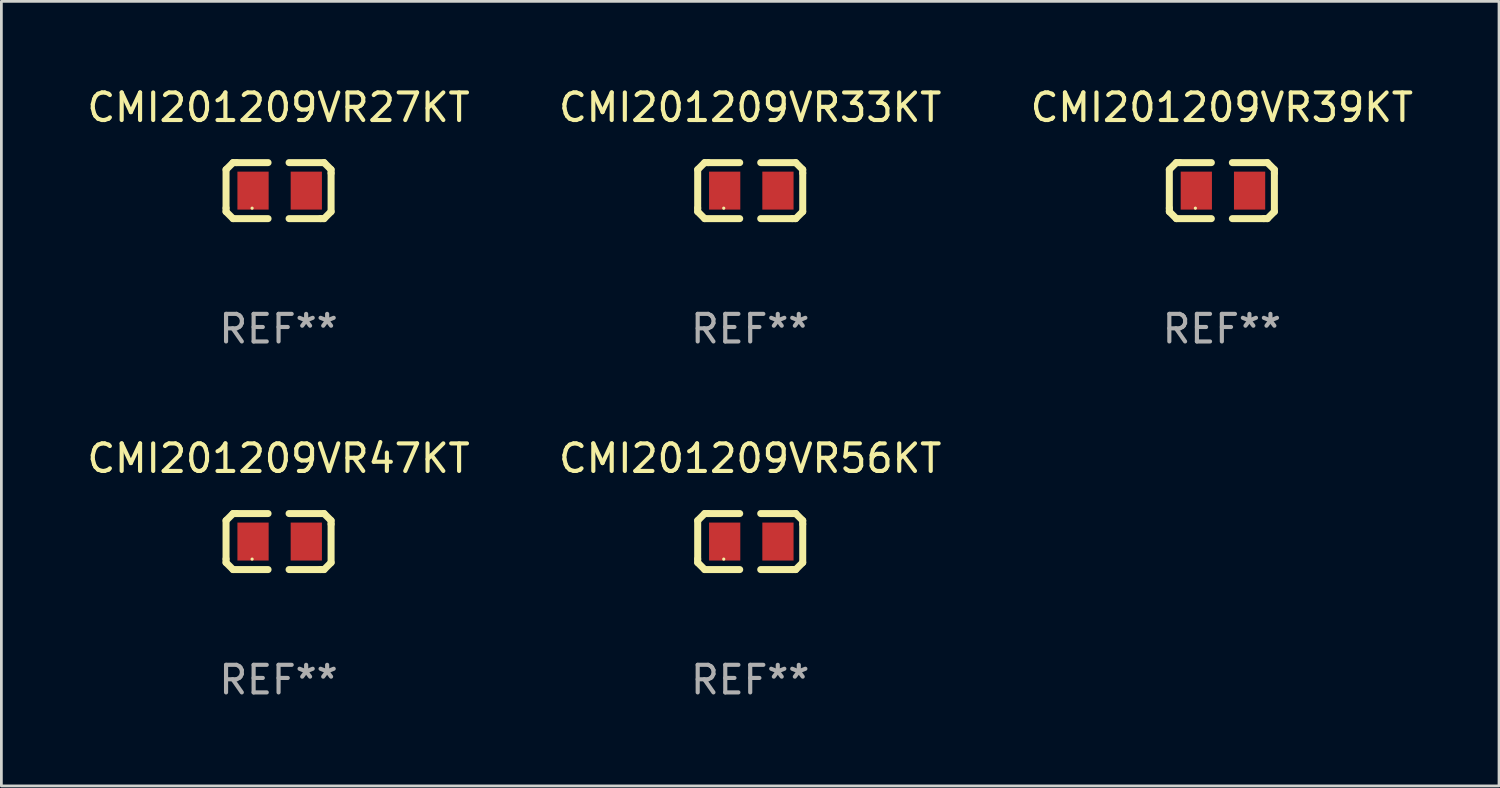
<source format=kicad_pcb>
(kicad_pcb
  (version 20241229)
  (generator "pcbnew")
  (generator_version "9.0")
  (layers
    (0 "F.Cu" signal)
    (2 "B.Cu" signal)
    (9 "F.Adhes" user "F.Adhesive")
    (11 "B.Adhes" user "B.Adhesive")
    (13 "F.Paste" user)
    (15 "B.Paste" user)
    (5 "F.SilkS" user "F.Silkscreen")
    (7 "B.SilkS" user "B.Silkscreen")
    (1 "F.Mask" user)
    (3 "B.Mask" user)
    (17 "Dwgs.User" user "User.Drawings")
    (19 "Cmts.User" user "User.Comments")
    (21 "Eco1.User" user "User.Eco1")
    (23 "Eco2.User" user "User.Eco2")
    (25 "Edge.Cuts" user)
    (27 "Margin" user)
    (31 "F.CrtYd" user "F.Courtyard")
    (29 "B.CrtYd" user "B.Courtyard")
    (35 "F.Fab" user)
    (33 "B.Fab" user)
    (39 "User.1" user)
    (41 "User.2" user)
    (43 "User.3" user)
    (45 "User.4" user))
  (footprint "CMI201209VR33KT"
    (layer "F.Cu")
    (at 24.161 3.864)
    (property "Reference" "CMI201209VR33KT" (at 0 -3.016 0) (layer "F.SilkS") (effects (font (size 1 1) (thickness 0.15))))
    (attr through_hole)
    (fp_line (start -1.905 -0.762) (end -1.905 0.635) (stroke (width 0.254) (type solid)) (layer "F.SilkS"))
    (fp_line (start -1.905 0.635) (end -1.905 0.762) (stroke (width 0.254) (type solid)) (layer "F.SilkS"))
    (fp_line (start -1.905 0.762) (end -1.651 1.016) (stroke (width 0.254) (type solid)) (layer "F.SilkS"))
    (fp_line (start -1.651 -1.016) (end -1.905 -0.762) (stroke (width 0.254) (type solid)) (layer "F.SilkS"))
    (fp_line (start -1.651 1.016) (end -0.381 1.016) (stroke (width 0.254) (type solid)) (layer "F.SilkS"))
    (fp_line (start -1.524 -1.016) (end -1.651 -1.016) (stroke (width 0.254) (type solid)) (layer "F.SilkS"))
    (fp_line (start -0.381 -1.016) (end -1.524 -1.016) (stroke (width 0.254) (type solid)) (layer "F.SilkS"))
    (fp_line (start 0.381 1.016) (end 1.524 1.016) (stroke (width 0.254) (type solid)) (layer "F.SilkS"))
    (fp_line (start 1.524 1.016) (end 1.651 1.016) (stroke (width 0.254) (type solid)) (layer "F.SilkS"))
    (fp_line (start 1.651 -1.016) (end 0.381 -1.016) (stroke (width 0.254) (type solid)) (layer "F.SilkS"))
    (fp_line (start 1.651 1.016) (end 1.905 0.762) (stroke (width 0.254) (type solid)) (layer "F.SilkS"))
    (fp_line (start 1.905 -0.762) (end 1.651 -1.016) (stroke (width 0.254) (type solid)) (layer "F.SilkS"))
    (fp_line (start 1.905 -0.635) (end 1.905 -0.762) (stroke (width 0.254) (type solid)) (layer "F.SilkS"))
    (fp_line (start 1.905 0.762) (end 1.905 -0.635) (stroke (width 0.254) (type solid)) (layer "F.SilkS"))
    (fp_circle (center -0.96 0.637) (end -0.93 0.637) (stroke (width 0.06) (type solid)) (fill no) (layer "F.SilkS"))
    (fp_text user "REF**" (at 0 5.016 0) (layer "F.Fab") (effects (font (size 1 1) (thickness 0.15))))
    (pad "1" smd rect (at -0.926 -0.000051) (size 1.133 1.377) (layers "F.Cu" "F.Mask" "F.Paste"))
    (pad "2" smd rect (at 1.006 -0.000051) (size 1.133 1.377) (layers "F.Cu" "F.Mask" "F.Paste")))
  (footprint "CMI201209VR27KT"
    (layer "F.Cu")
    (at 7.054 3.864)
    (property "Reference" "CMI201209VR27KT" (at 0 -3.016 0) (layer "F.SilkS") (effects (font (size 1 1) (thickness 0.15))))
    (attr through_hole)
    (fp_line (start -1.905 -0.762) (end -1.905 0.635) (stroke (width 0.254) (type solid)) (layer "F.SilkS"))
    (fp_line (start -1.905 0.635) (end -1.905 0.762) (stroke (width 0.254) (type solid)) (layer "F.SilkS"))
    (fp_line (start -1.905 0.762) (end -1.651 1.016) (stroke (width 0.254) (type solid)) (layer "F.SilkS"))
    (fp_line (start -1.651 -1.016) (end -1.905 -0.762) (stroke (width 0.254) (type solid)) (layer "F.SilkS"))
    (fp_line (start -1.651 1.016) (end -0.381 1.016) (stroke (width 0.254) (type solid)) (layer "F.SilkS"))
    (fp_line (start -1.524 -1.016) (end -1.651 -1.016) (stroke (width 0.254) (type solid)) (layer "F.SilkS"))
    (fp_line (start -0.381 -1.016) (end -1.524 -1.016) (stroke (width 0.254) (type solid)) (layer "F.SilkS"))
    (fp_line (start 0.381 1.016) (end 1.524 1.016) (stroke (width 0.254) (type solid)) (layer "F.SilkS"))
    (fp_line (start 1.524 1.016) (end 1.651 1.016) (stroke (width 0.254) (type solid)) (layer "F.SilkS"))
    (fp_line (start 1.651 -1.016) (end 0.381 -1.016) (stroke (width 0.254) (type solid)) (layer "F.SilkS"))
    (fp_line (start 1.651 1.016) (end 1.905 0.762) (stroke (width 0.254) (type solid)) (layer "F.SilkS"))
    (fp_line (start 1.905 -0.762) (end 1.651 -1.016) (stroke (width 0.254) (type solid)) (layer "F.SilkS"))
    (fp_line (start 1.905 -0.635) (end 1.905 -0.762) (stroke (width 0.254) (type solid)) (layer "F.SilkS"))
    (fp_line (start 1.905 0.762) (end 1.905 -0.635) (stroke (width 0.254) (type solid)) (layer "F.SilkS"))
    (fp_circle (center -0.96 0.637) (end -0.93 0.637) (stroke (width 0.06) (type solid)) (fill no) (layer "F.SilkS"))
    (fp_text user "REF**" (at 0 5.016 0) (layer "F.Fab") (effects (font (size 1 1) (thickness 0.15))))
    (pad "1" smd rect (at -0.926 -0.000051) (size 1.133 1.377) (layers "F.Cu" "F.Mask" "F.Paste"))
    (pad "2" smd rect (at 1.006 -0.000051) (size 1.133 1.377) (layers "F.Cu" "F.Mask" "F.Paste")))
  (footprint "CMI201209VR39KT"
    (layer "F.Cu")
    (at 41.268 3.864)
    (property "Reference" "CMI201209VR39KT" (at 0 -3.016 0) (layer "F.SilkS") (effects (font (size 1 1) (thickness 0.15))))
    (attr through_hole)
    (fp_line (start -1.905 -0.762) (end -1.905 0.635) (stroke (width 0.254) (type solid)) (layer "F.SilkS"))
    (fp_line (start -1.905 0.635) (end -1.905 0.762) (stroke (width 0.254) (type solid)) (layer "F.SilkS"))
    (fp_line (start -1.905 0.762) (end -1.651 1.016) (stroke (width 0.254) (type solid)) (layer "F.SilkS"))
    (fp_line (start -1.651 -1.016) (end -1.905 -0.762) (stroke (width 0.254) (type solid)) (layer "F.SilkS"))
    (fp_line (start -1.651 1.016) (end -0.381 1.016) (stroke (width 0.254) (type solid)) (layer "F.SilkS"))
    (fp_line (start -1.524 -1.016) (end -1.651 -1.016) (stroke (width 0.254) (type solid)) (layer "F.SilkS"))
    (fp_line (start -0.381 -1.016) (end -1.524 -1.016) (stroke (width 0.254) (type solid)) (layer "F.SilkS"))
    (fp_line (start 0.381 1.016) (end 1.524 1.016) (stroke (width 0.254) (type solid)) (layer "F.SilkS"))
    (fp_line (start 1.524 1.016) (end 1.651 1.016) (stroke (width 0.254) (type solid)) (layer "F.SilkS"))
    (fp_line (start 1.651 -1.016) (end 0.381 -1.016) (stroke (width 0.254) (type solid)) (layer "F.SilkS"))
    (fp_line (start 1.651 1.016) (end 1.905 0.762) (stroke (width 0.254) (type solid)) (layer "F.SilkS"))
    (fp_line (start 1.905 -0.762) (end 1.651 -1.016) (stroke (width 0.254) (type solid)) (layer "F.SilkS"))
    (fp_line (start 1.905 -0.635) (end 1.905 -0.762) (stroke (width 0.254) (type solid)) (layer "F.SilkS"))
    (fp_line (start 1.905 0.762) (end 1.905 -0.635) (stroke (width 0.254) (type solid)) (layer "F.SilkS"))
    (fp_circle (center -0.96 0.637) (end -0.93 0.637) (stroke (width 0.06) (type solid)) (fill no) (layer "F.SilkS"))
    (fp_text user "REF**" (at 0 5.016 0) (layer "F.Fab") (effects (font (size 1 1) (thickness 0.15))))
    (pad "1" smd rect (at -0.926 -0.000051) (size 1.133 1.377) (layers "F.Cu" "F.Mask" "F.Paste"))
    (pad "2" smd rect (at 1.006 -0.000051) (size 1.133 1.377) (layers "F.Cu" "F.Mask" "F.Paste")))
  (footprint "CMI201209VR47KT"
    (layer "F.Cu")
    (at 7.054 16.593)
    (property "Reference" "CMI201209VR47KT" (at 0 -3.016 0) (layer "F.SilkS") (effects (font (size 1 1) (thickness 0.15))))
    (attr through_hole)
    (fp_line (start -1.905 -0.762) (end -1.905 0.635) (stroke (width 0.254) (type solid)) (layer "F.SilkS"))
    (fp_line (start -1.905 0.635) (end -1.905 0.762) (stroke (width 0.254) (type solid)) (layer "F.SilkS"))
    (fp_line (start -1.905 0.762) (end -1.651 1.016) (stroke (width 0.254) (type solid)) (layer "F.SilkS"))
    (fp_line (start -1.651 -1.016) (end -1.905 -0.762) (stroke (width 0.254) (type solid)) (layer "F.SilkS"))
    (fp_line (start -1.651 1.016) (end -0.381 1.016) (stroke (width 0.254) (type solid)) (layer "F.SilkS"))
    (fp_line (start -1.524 -1.016) (end -1.651 -1.016) (stroke (width 0.254) (type solid)) (layer "F.SilkS"))
    (fp_line (start -0.381 -1.016) (end -1.524 -1.016) (stroke (width 0.254) (type solid)) (layer "F.SilkS"))
    (fp_line (start 0.381 1.016) (end 1.524 1.016) (stroke (width 0.254) (type solid)) (layer "F.SilkS"))
    (fp_line (start 1.524 1.016) (end 1.651 1.016) (stroke (width 0.254) (type solid)) (layer "F.SilkS"))
    (fp_line (start 1.651 -1.016) (end 0.381 -1.016) (stroke (width 0.254) (type solid)) (layer "F.SilkS"))
    (fp_line (start 1.651 1.016) (end 1.905 0.762) (stroke (width 0.254) (type solid)) (layer "F.SilkS"))
    (fp_line (start 1.905 -0.762) (end 1.651 -1.016) (stroke (width 0.254) (type solid)) (layer "F.SilkS"))
    (fp_line (start 1.905 -0.635) (end 1.905 -0.762) (stroke (width 0.254) (type solid)) (layer "F.SilkS"))
    (fp_line (start 1.905 0.762) (end 1.905 -0.635) (stroke (width 0.254) (type solid)) (layer "F.SilkS"))
    (fp_circle (center -0.96 0.637) (end -0.93 0.637) (stroke (width 0.06) (type solid)) (fill no) (layer "F.SilkS"))
    (fp_text user "REF**" (at 0 5.016 0) (layer "F.Fab") (effects (font (size 1 1) (thickness 0.15))))
    (pad "1" smd rect (at -0.926 -0.000051) (size 1.133 1.377) (layers "F.Cu" "F.Mask" "F.Paste"))
    (pad "2" smd rect (at 1.006 -0.000051) (size 1.133 1.377) (layers "F.Cu" "F.Mask" "F.Paste")))
  (footprint "CMI201209VR56KT"
    (layer "F.Cu")
    (at 24.161 16.593)
    (property "Reference" "CMI201209VR56KT" (at 0 -3.016 0) (layer "F.SilkS") (effects (font (size 1 1) (thickness 0.15))))
    (attr through_hole)
    (fp_line (start -1.905 -0.762) (end -1.905 0.635) (stroke (width 0.254) (type solid)) (layer "F.SilkS"))
    (fp_line (start -1.905 0.635) (end -1.905 0.762) (stroke (width 0.254) (type solid)) (layer "F.SilkS"))
    (fp_line (start -1.905 0.762) (end -1.651 1.016) (stroke (width 0.254) (type solid)) (layer "F.SilkS"))
    (fp_line (start -1.651 -1.016) (end -1.905 -0.762) (stroke (width 0.254) (type solid)) (layer "F.SilkS"))
    (fp_line (start -1.651 1.016) (end -0.381 1.016) (stroke (width 0.254) (type solid)) (layer "F.SilkS"))
    (fp_line (start -1.524 -1.016) (end -1.651 -1.016) (stroke (width 0.254) (type solid)) (layer "F.SilkS"))
    (fp_line (start -0.381 -1.016) (end -1.524 -1.016) (stroke (width 0.254) (type solid)) (layer "F.SilkS"))
    (fp_line (start 0.381 1.016) (end 1.524 1.016) (stroke (width 0.254) (type solid)) (layer "F.SilkS"))
    (fp_line (start 1.524 1.016) (end 1.651 1.016) (stroke (width 0.254) (type solid)) (layer "F.SilkS"))
    (fp_line (start 1.651 -1.016) (end 0.381 -1.016) (stroke (width 0.254) (type solid)) (layer "F.SilkS"))
    (fp_line (start 1.651 1.016) (end 1.905 0.762) (stroke (width 0.254) (type solid)) (layer "F.SilkS"))
    (fp_line (start 1.905 -0.762) (end 1.651 -1.016) (stroke (width 0.254) (type solid)) (layer "F.SilkS"))
    (fp_line (start 1.905 -0.635) (end 1.905 -0.762) (stroke (width 0.254) (type solid)) (layer "F.SilkS"))
    (fp_line (start 1.905 0.762) (end 1.905 -0.635) (stroke (width 0.254) (type solid)) (layer "F.SilkS"))
    (fp_circle (center -0.96 0.637) (end -0.93 0.637) (stroke (width 0.06) (type solid)) (fill no) (layer "F.SilkS"))
    (fp_text user "REF**" (at 0 5.016 0) (layer "F.Fab") (effects (font (size 1 1) (thickness 0.15))))
    (pad "1" smd rect (at -0.926 -0.000051) (size 1.133 1.377) (layers "F.Cu" "F.Mask" "F.Paste"))
    (pad "2" smd rect (at 1.006 -0.000051) (size 1.133 1.377) (layers "F.Cu" "F.Mask" "F.Paste")))
  (gr_rect
    (start -3 -3)
    (end 51.321 25.457)
    (stroke (width 0.1) (type default))
    (fill no)
    (layer "Edge.Cuts")))
</source>
